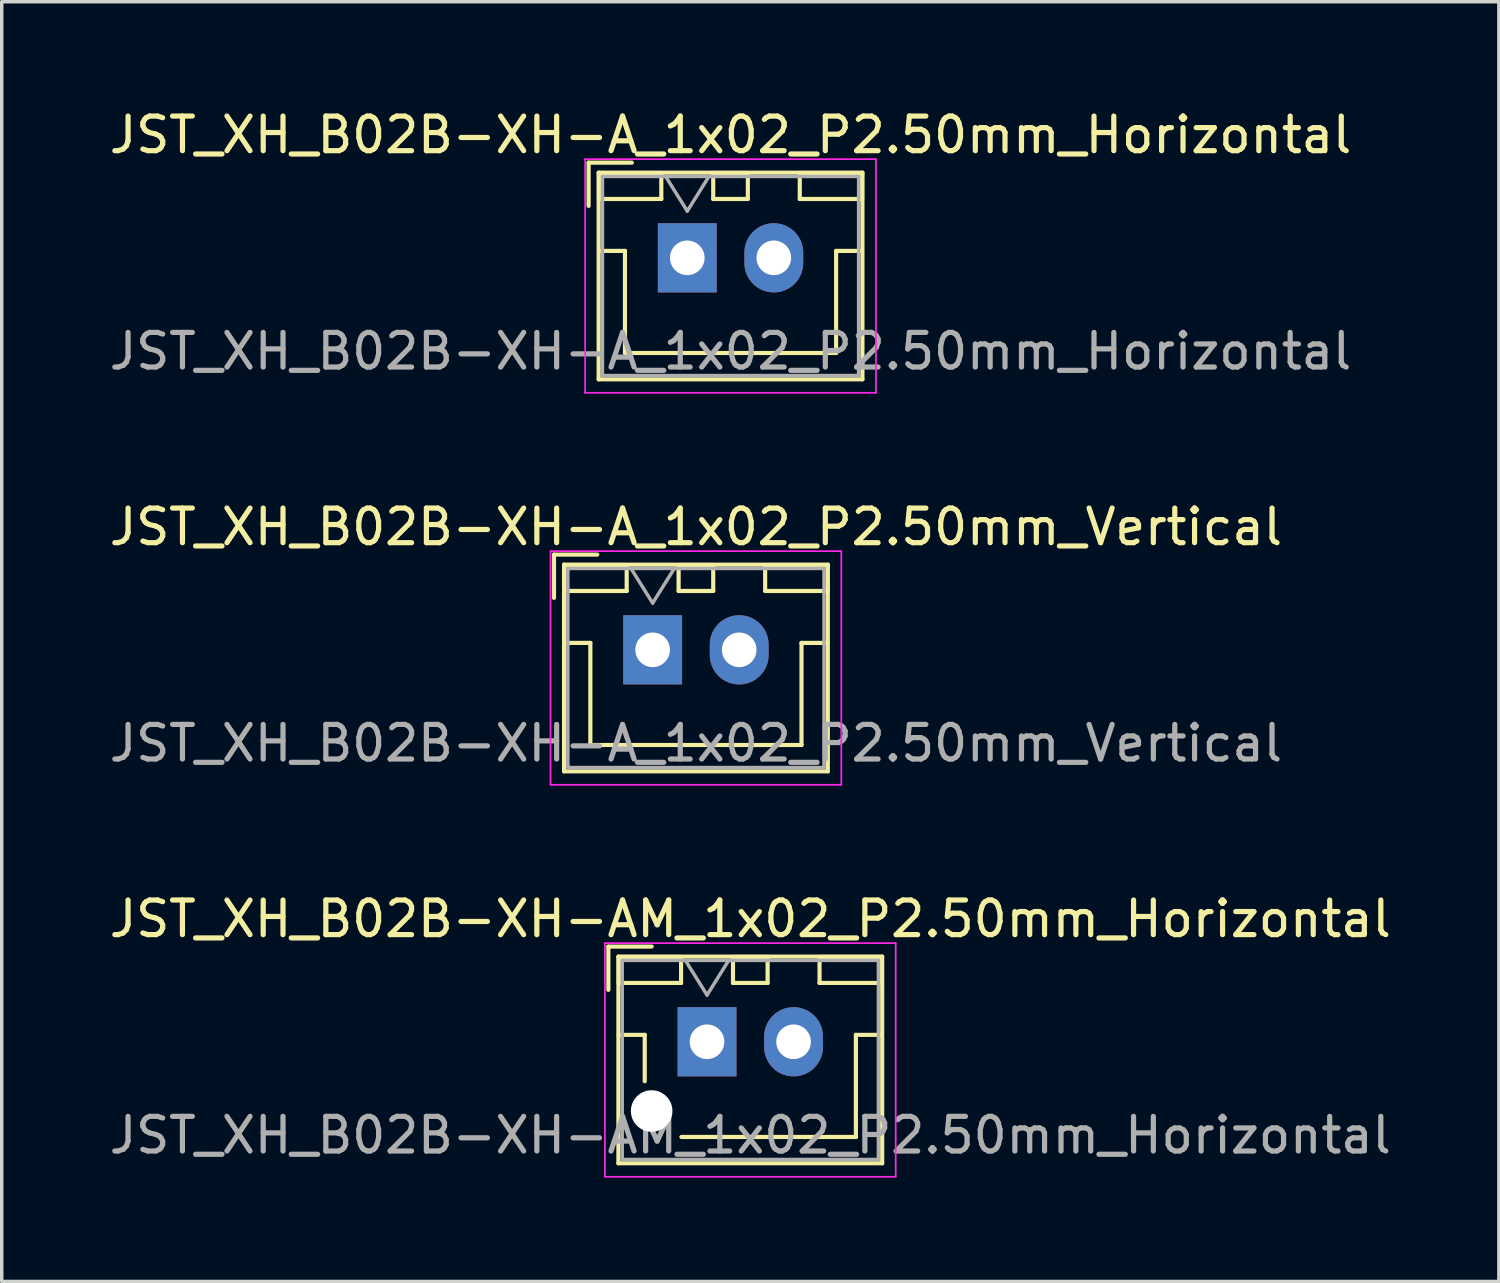
<source format=kicad_pcb>
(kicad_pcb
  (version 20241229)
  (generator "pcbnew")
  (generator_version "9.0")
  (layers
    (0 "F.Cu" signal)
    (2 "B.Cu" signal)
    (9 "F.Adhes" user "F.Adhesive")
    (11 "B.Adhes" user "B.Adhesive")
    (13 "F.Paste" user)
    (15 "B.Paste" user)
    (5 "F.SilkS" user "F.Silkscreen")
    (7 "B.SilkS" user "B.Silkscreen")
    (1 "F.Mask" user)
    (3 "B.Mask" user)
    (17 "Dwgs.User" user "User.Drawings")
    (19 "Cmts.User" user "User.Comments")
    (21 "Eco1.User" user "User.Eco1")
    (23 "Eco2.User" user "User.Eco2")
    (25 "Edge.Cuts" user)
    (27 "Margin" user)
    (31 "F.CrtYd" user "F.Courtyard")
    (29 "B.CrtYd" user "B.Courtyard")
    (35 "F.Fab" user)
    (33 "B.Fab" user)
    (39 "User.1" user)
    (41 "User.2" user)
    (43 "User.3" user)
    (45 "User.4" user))
  (footprint "JST_XH_B02B-XH-AM_1x02_P2.50mm_Horizontal"
    (layer "F.Cu")
    (at 17.375 27.045)
    (property "Reference" "JST_XH_B02B-XH-AM_1x02_P2.50mm_Horizontal" (at 1.25 -3.55 0) (layer "F.SilkS") (effects (font (size 1 1) (thickness 0.15))))
    (attr through_hole)
    (fp_line (start -2.85 -2.75) (end -2.85 -1.5) (stroke (width 0.12) (type solid)) (layer "F.SilkS"))
    (fp_line (start -2.56 -2.46) (end -2.56 3.51) (stroke (width 0.12) (type solid)) (layer "F.SilkS"))
    (fp_line (start -2.56 3.51) (end 5.06 3.51) (stroke (width 0.12) (type solid)) (layer "F.SilkS"))
    (fp_line (start -2.55 -2.45) (end -2.55 -1.7) (stroke (width 0.12) (type solid)) (layer "F.SilkS"))
    (fp_line (start -2.55 -1.7) (end -0.75 -1.7) (stroke (width 0.12) (type solid)) (layer "F.SilkS"))
    (fp_line (start -2.55 -0.2) (end -1.8 -0.2) (stroke (width 0.12) (type solid)) (layer "F.SilkS"))
    (fp_line (start -1.8 -0.2) (end -1.8 1.14) (stroke (width 0.12) (type solid)) (layer "F.SilkS"))
    (fp_line (start -1.6 -2.75) (end -2.85 -2.75) (stroke (width 0.12) (type solid)) (layer "F.SilkS"))
    (fp_line (start -0.75 -2.45) (end -2.55 -2.45) (stroke (width 0.12) (type solid)) (layer "F.SilkS"))
    (fp_line (start -0.75 -1.7) (end -0.75 -2.45) (stroke (width 0.12) (type solid)) (layer "F.SilkS"))
    (fp_line (start 0.75 -2.45) (end 0.75 -1.7) (stroke (width 0.12) (type solid)) (layer "F.SilkS"))
    (fp_line (start 0.75 -1.7) (end 1.75 -1.7) (stroke (width 0.12) (type solid)) (layer "F.SilkS"))
    (fp_line (start 1.25 2.75) (end -0.74 2.75) (stroke (width 0.12) (type solid)) (layer "F.SilkS"))
    (fp_line (start 1.75 -2.45) (end 0.75 -2.45) (stroke (width 0.12) (type solid)) (layer "F.SilkS"))
    (fp_line (start 1.75 -1.7) (end 1.75 -2.45) (stroke (width 0.12) (type solid)) (layer "F.SilkS"))
    (fp_line (start 3.25 -2.45) (end 3.25 -1.7) (stroke (width 0.12) (type solid)) (layer "F.SilkS"))
    (fp_line (start 3.25 -1.7) (end 5.05 -1.7) (stroke (width 0.12) (type solid)) (layer "F.SilkS"))
    (fp_line (start 4.3 -0.2) (end 4.3 2.75) (stroke (width 0.12) (type solid)) (layer "F.SilkS"))
    (fp_line (start 4.3 2.75) (end 1.25 2.75) (stroke (width 0.12) (type solid)) (layer "F.SilkS"))
    (fp_line (start 5.05 -2.45) (end 3.25 -2.45) (stroke (width 0.12) (type solid)) (layer "F.SilkS"))
    (fp_line (start 5.05 -1.7) (end 5.05 -2.45) (stroke (width 0.12) (type solid)) (layer "F.SilkS"))
    (fp_line (start 5.05 -0.2) (end 4.3 -0.2) (stroke (width 0.12) (type solid)) (layer "F.SilkS"))
    (fp_line (start 5.06 -2.46) (end -2.56 -2.46) (stroke (width 0.12) (type solid)) (layer "F.SilkS"))
    (fp_line (start 5.06 3.51) (end 5.06 -2.46) (stroke (width 0.12) (type solid)) (layer "F.SilkS"))
    (fp_line (start -2.95 -2.85) (end -2.95 3.9) (stroke (width 0.05) (type solid)) (layer "F.CrtYd"))
    (fp_line (start -2.95 3.9) (end 5.45 3.9) (stroke (width 0.05) (type solid)) (layer "F.CrtYd"))
    (fp_line (start 5.45 -2.85) (end -2.95 -2.85) (stroke (width 0.05) (type solid)) (layer "F.CrtYd"))
    (fp_line (start 5.45 3.9) (end 5.45 -2.85) (stroke (width 0.05) (type solid)) (layer "F.CrtYd"))
    (fp_line (start -2.45 -2.35) (end -2.45 3.4) (stroke (width 0.1) (type solid)) (layer "F.Fab"))
    (fp_line (start -2.45 3.4) (end 4.95 3.4) (stroke (width 0.1) (type solid)) (layer "F.Fab"))
    (fp_line (start -0.625 -2.35) (end 0 -1.35) (stroke (width 0.1) (type solid)) (layer "F.Fab"))
    (fp_line (start 0 -1.35) (end 0.625 -2.35) (stroke (width 0.1) (type solid)) (layer "F.Fab"))
    (fp_line (start 4.95 -2.35) (end -2.45 -2.35) (stroke (width 0.1) (type solid)) (layer "F.Fab"))
    (fp_line (start 4.95 3.4) (end 4.95 -2.35) (stroke (width 0.1) (type solid)) (layer "F.Fab"))
    (fp_text user "${REFERENCE}" (at 1.25 2.7 0) (layer "F.Fab") (effects (font (size 1 1) (thickness 0.15))))
    (pad "" np_thru_hole circle (at -1.6 2) (size 1.2 1.2) (drill 1.2) (layers "*.Cu" "*.Mask"))
    (pad "1" thru_hole rect (at 0 0) (size 1.7 2) (drill 1) (layers "*.Cu" "*.Mask"))
    (pad "2" thru_hole oval (at 2.5 0) (size 1.7 2) (drill 1) (layers "*.Cu" "*.Mask")))
  (footprint "JST_XH_B02B-XH-A_1x02_P2.50mm_Vertical"
    (layer "F.Cu")
    (at 15.804 15.722)
    (property "Reference" "JST_XH_B02B-XH-A_1x02_P2.50mm_Vertical" (at 1.25 -3.55 0) (layer "F.SilkS") (effects (font (size 1 1) (thickness 0.15))))
    (attr through_hole)
    (fp_line (start -2.85 -2.75) (end -2.85 -1.5) (stroke (width 0.12) (type solid)) (layer "F.SilkS"))
    (fp_line (start -2.56 -2.46) (end -2.56 3.51) (stroke (width 0.12) (type solid)) (layer "F.SilkS"))
    (fp_line (start -2.56 3.51) (end 5.06 3.51) (stroke (width 0.12) (type solid)) (layer "F.SilkS"))
    (fp_line (start -2.55 -2.45) (end -2.55 -1.7) (stroke (width 0.12) (type solid)) (layer "F.SilkS"))
    (fp_line (start -2.55 -1.7) (end -0.75 -1.7) (stroke (width 0.12) (type solid)) (layer "F.SilkS"))
    (fp_line (start -2.55 -0.2) (end -1.8 -0.2) (stroke (width 0.12) (type solid)) (layer "F.SilkS"))
    (fp_line (start -1.8 -0.2) (end -1.8 2.75) (stroke (width 0.12) (type solid)) (layer "F.SilkS"))
    (fp_line (start -1.8 2.75) (end 1.25 2.75) (stroke (width 0.12) (type solid)) (layer "F.SilkS"))
    (fp_line (start -1.6 -2.75) (end -2.85 -2.75) (stroke (width 0.12) (type solid)) (layer "F.SilkS"))
    (fp_line (start -0.75 -2.45) (end -2.55 -2.45) (stroke (width 0.12) (type solid)) (layer "F.SilkS"))
    (fp_line (start -0.75 -1.7) (end -0.75 -2.45) (stroke (width 0.12) (type solid)) (layer "F.SilkS"))
    (fp_line (start 0.75 -2.45) (end 0.75 -1.7) (stroke (width 0.12) (type solid)) (layer "F.SilkS"))
    (fp_line (start 0.75 -1.7) (end 1.75 -1.7) (stroke (width 0.12) (type solid)) (layer "F.SilkS"))
    (fp_line (start 1.75 -2.45) (end 0.75 -2.45) (stroke (width 0.12) (type solid)) (layer "F.SilkS"))
    (fp_line (start 1.75 -1.7) (end 1.75 -2.45) (stroke (width 0.12) (type solid)) (layer "F.SilkS"))
    (fp_line (start 3.25 -2.45) (end 3.25 -1.7) (stroke (width 0.12) (type solid)) (layer "F.SilkS"))
    (fp_line (start 3.25 -1.7) (end 5.05 -1.7) (stroke (width 0.12) (type solid)) (layer "F.SilkS"))
    (fp_line (start 4.3 -0.2) (end 4.3 2.75) (stroke (width 0.12) (type solid)) (layer "F.SilkS"))
    (fp_line (start 4.3 2.75) (end 1.25 2.75) (stroke (width 0.12) (type solid)) (layer "F.SilkS"))
    (fp_line (start 5.05 -2.45) (end 3.25 -2.45) (stroke (width 0.12) (type solid)) (layer "F.SilkS"))
    (fp_line (start 5.05 -1.7) (end 5.05 -2.45) (stroke (width 0.12) (type solid)) (layer "F.SilkS"))
    (fp_line (start 5.05 -0.2) (end 4.3 -0.2) (stroke (width 0.12) (type solid)) (layer "F.SilkS"))
    (fp_line (start 5.06 -2.46) (end -2.56 -2.46) (stroke (width 0.12) (type solid)) (layer "F.SilkS"))
    (fp_line (start 5.06 3.51) (end 5.06 -2.46) (stroke (width 0.12) (type solid)) (layer "F.SilkS"))
    (fp_line (start -2.95 -2.85) (end -2.95 3.9) (stroke (width 0.05) (type solid)) (layer "F.CrtYd"))
    (fp_line (start -2.95 3.9) (end 5.45 3.9) (stroke (width 0.05) (type solid)) (layer "F.CrtYd"))
    (fp_line (start 5.45 -2.85) (end -2.95 -2.85) (stroke (width 0.05) (type solid)) (layer "F.CrtYd"))
    (fp_line (start 5.45 3.9) (end 5.45 -2.85) (stroke (width 0.05) (type solid)) (layer "F.CrtYd"))
    (fp_line (start -2.45 -2.35) (end -2.45 3.4) (stroke (width 0.1) (type solid)) (layer "F.Fab"))
    (fp_line (start -2.45 3.4) (end 4.95 3.4) (stroke (width 0.1) (type solid)) (layer "F.Fab"))
    (fp_line (start -0.625 -2.35) (end 0 -1.35) (stroke (width 0.1) (type solid)) (layer "F.Fab"))
    (fp_line (start 0 -1.35) (end 0.625 -2.35) (stroke (width 0.1) (type solid)) (layer "F.Fab"))
    (fp_line (start 4.95 -2.35) (end -2.45 -2.35) (stroke (width 0.1) (type solid)) (layer "F.Fab"))
    (fp_line (start 4.95 3.4) (end 4.95 -2.35) (stroke (width 0.1) (type solid)) (layer "F.Fab"))
    (fp_text user "${REFERENCE}" (at 1.25 2.7 0) (layer "F.Fab") (effects (font (size 1 1) (thickness 0.15))))
    (pad "1" thru_hole rect (at 0 0) (size 1.7 2) (drill 1) (layers "*.Cu" "*.Mask"))
    (pad "2" thru_hole oval (at 2.5 0) (size 1.7 2) (drill 1) (layers "*.Cu" "*.Mask")))
  (footprint "JST_XH_B02B-XH-A_1x02_P2.50mm_Horizontal"
    (layer "F.Cu")
    (at 16.804 4.398)
    (property "Reference" "JST_XH_B02B-XH-A_1x02_P2.50mm_Horizontal" (at 1.25 -3.55 0) (layer "F.SilkS") (effects (font (size 1 1) (thickness 0.15))))
    (attr through_hole)
    (fp_line (start -2.85 -2.75) (end -2.85 -1.5) (stroke (width 0.12) (type solid)) (layer "F.SilkS"))
    (fp_line (start -2.56 -2.46) (end -2.56 3.51) (stroke (width 0.12) (type solid)) (layer "F.SilkS"))
    (fp_line (start -2.56 3.51) (end 5.06 3.51) (stroke (width 0.12) (type solid)) (layer "F.SilkS"))
    (fp_line (start -2.55 -2.45) (end -2.55 -1.7) (stroke (width 0.12) (type solid)) (layer "F.SilkS"))
    (fp_line (start -2.55 -1.7) (end -0.75 -1.7) (stroke (width 0.12) (type solid)) (layer "F.SilkS"))
    (fp_line (start -2.55 -0.2) (end -1.8 -0.2) (stroke (width 0.12) (type solid)) (layer "F.SilkS"))
    (fp_line (start -1.8 -0.2) (end -1.8 2.75) (stroke (width 0.12) (type solid)) (layer "F.SilkS"))
    (fp_line (start -1.8 2.75) (end 1.25 2.75) (stroke (width 0.12) (type solid)) (layer "F.SilkS"))
    (fp_line (start -1.6 -2.75) (end -2.85 -2.75) (stroke (width 0.12) (type solid)) (layer "F.SilkS"))
    (fp_line (start -0.75 -2.45) (end -2.55 -2.45) (stroke (width 0.12) (type solid)) (layer "F.SilkS"))
    (fp_line (start -0.75 -1.7) (end -0.75 -2.45) (stroke (width 0.12) (type solid)) (layer "F.SilkS"))
    (fp_line (start 0.75 -2.45) (end 0.75 -1.7) (stroke (width 0.12) (type solid)) (layer "F.SilkS"))
    (fp_line (start 0.75 -1.7) (end 1.75 -1.7) (stroke (width 0.12) (type solid)) (layer "F.SilkS"))
    (fp_line (start 1.75 -2.45) (end 0.75 -2.45) (stroke (width 0.12) (type solid)) (layer "F.SilkS"))
    (fp_line (start 1.75 -1.7) (end 1.75 -2.45) (stroke (width 0.12) (type solid)) (layer "F.SilkS"))
    (fp_line (start 3.25 -2.45) (end 3.25 -1.7) (stroke (width 0.12) (type solid)) (layer "F.SilkS"))
    (fp_line (start 3.25 -1.7) (end 5.05 -1.7) (stroke (width 0.12) (type solid)) (layer "F.SilkS"))
    (fp_line (start 4.3 -0.2) (end 4.3 2.75) (stroke (width 0.12) (type solid)) (layer "F.SilkS"))
    (fp_line (start 4.3 2.75) (end 1.25 2.75) (stroke (width 0.12) (type solid)) (layer "F.SilkS"))
    (fp_line (start 5.05 -2.45) (end 3.25 -2.45) (stroke (width 0.12) (type solid)) (layer "F.SilkS"))
    (fp_line (start 5.05 -1.7) (end 5.05 -2.45) (stroke (width 0.12) (type solid)) (layer "F.SilkS"))
    (fp_line (start 5.05 -0.2) (end 4.3 -0.2) (stroke (width 0.12) (type solid)) (layer "F.SilkS"))
    (fp_line (start 5.06 -2.46) (end -2.56 -2.46) (stroke (width 0.12) (type solid)) (layer "F.SilkS"))
    (fp_line (start 5.06 3.51) (end 5.06 -2.46) (stroke (width 0.12) (type solid)) (layer "F.SilkS"))
    (fp_line (start -2.95 -2.85) (end -2.95 3.9) (stroke (width 0.05) (type solid)) (layer "F.CrtYd"))
    (fp_line (start -2.95 3.9) (end 5.45 3.9) (stroke (width 0.05) (type solid)) (layer "F.CrtYd"))
    (fp_line (start 5.45 -2.85) (end -2.95 -2.85) (stroke (width 0.05) (type solid)) (layer "F.CrtYd"))
    (fp_line (start 5.45 3.9) (end 5.45 -2.85) (stroke (width 0.05) (type solid)) (layer "F.CrtYd"))
    (fp_line (start -2.45 -2.35) (end -2.45 3.4) (stroke (width 0.1) (type solid)) (layer "F.Fab"))
    (fp_line (start -2.45 3.4) (end 4.95 3.4) (stroke (width 0.1) (type solid)) (layer "F.Fab"))
    (fp_line (start -0.625 -2.35) (end 0 -1.35) (stroke (width 0.1) (type solid)) (layer "F.Fab"))
    (fp_line (start 0 -1.35) (end 0.625 -2.35) (stroke (width 0.1) (type solid)) (layer "F.Fab"))
    (fp_line (start 4.95 -2.35) (end -2.45 -2.35) (stroke (width 0.1) (type solid)) (layer "F.Fab"))
    (fp_line (start 4.95 3.4) (end 4.95 -2.35) (stroke (width 0.1) (type solid)) (layer "F.Fab"))
    (fp_text user "${REFERENCE}" (at 1.25 2.7 0) (layer "F.Fab") (effects (font (size 1 1) (thickness 0.15))))
    (pad "1" thru_hole rect (at 0 0) (size 1.7 2) (drill 1) (layers "*.Cu" "*.Mask"))
    (pad "2" thru_hole oval (at 2.5 0) (size 1.7 2) (drill 1) (layers "*.Cu" "*.Mask")))
  (gr_rect
    (start -3 -3)
    (end 40.25 33.97)
    (stroke (width 0.1) (type default))
    (fill no)
    (layer "Edge.Cuts")))
</source>
